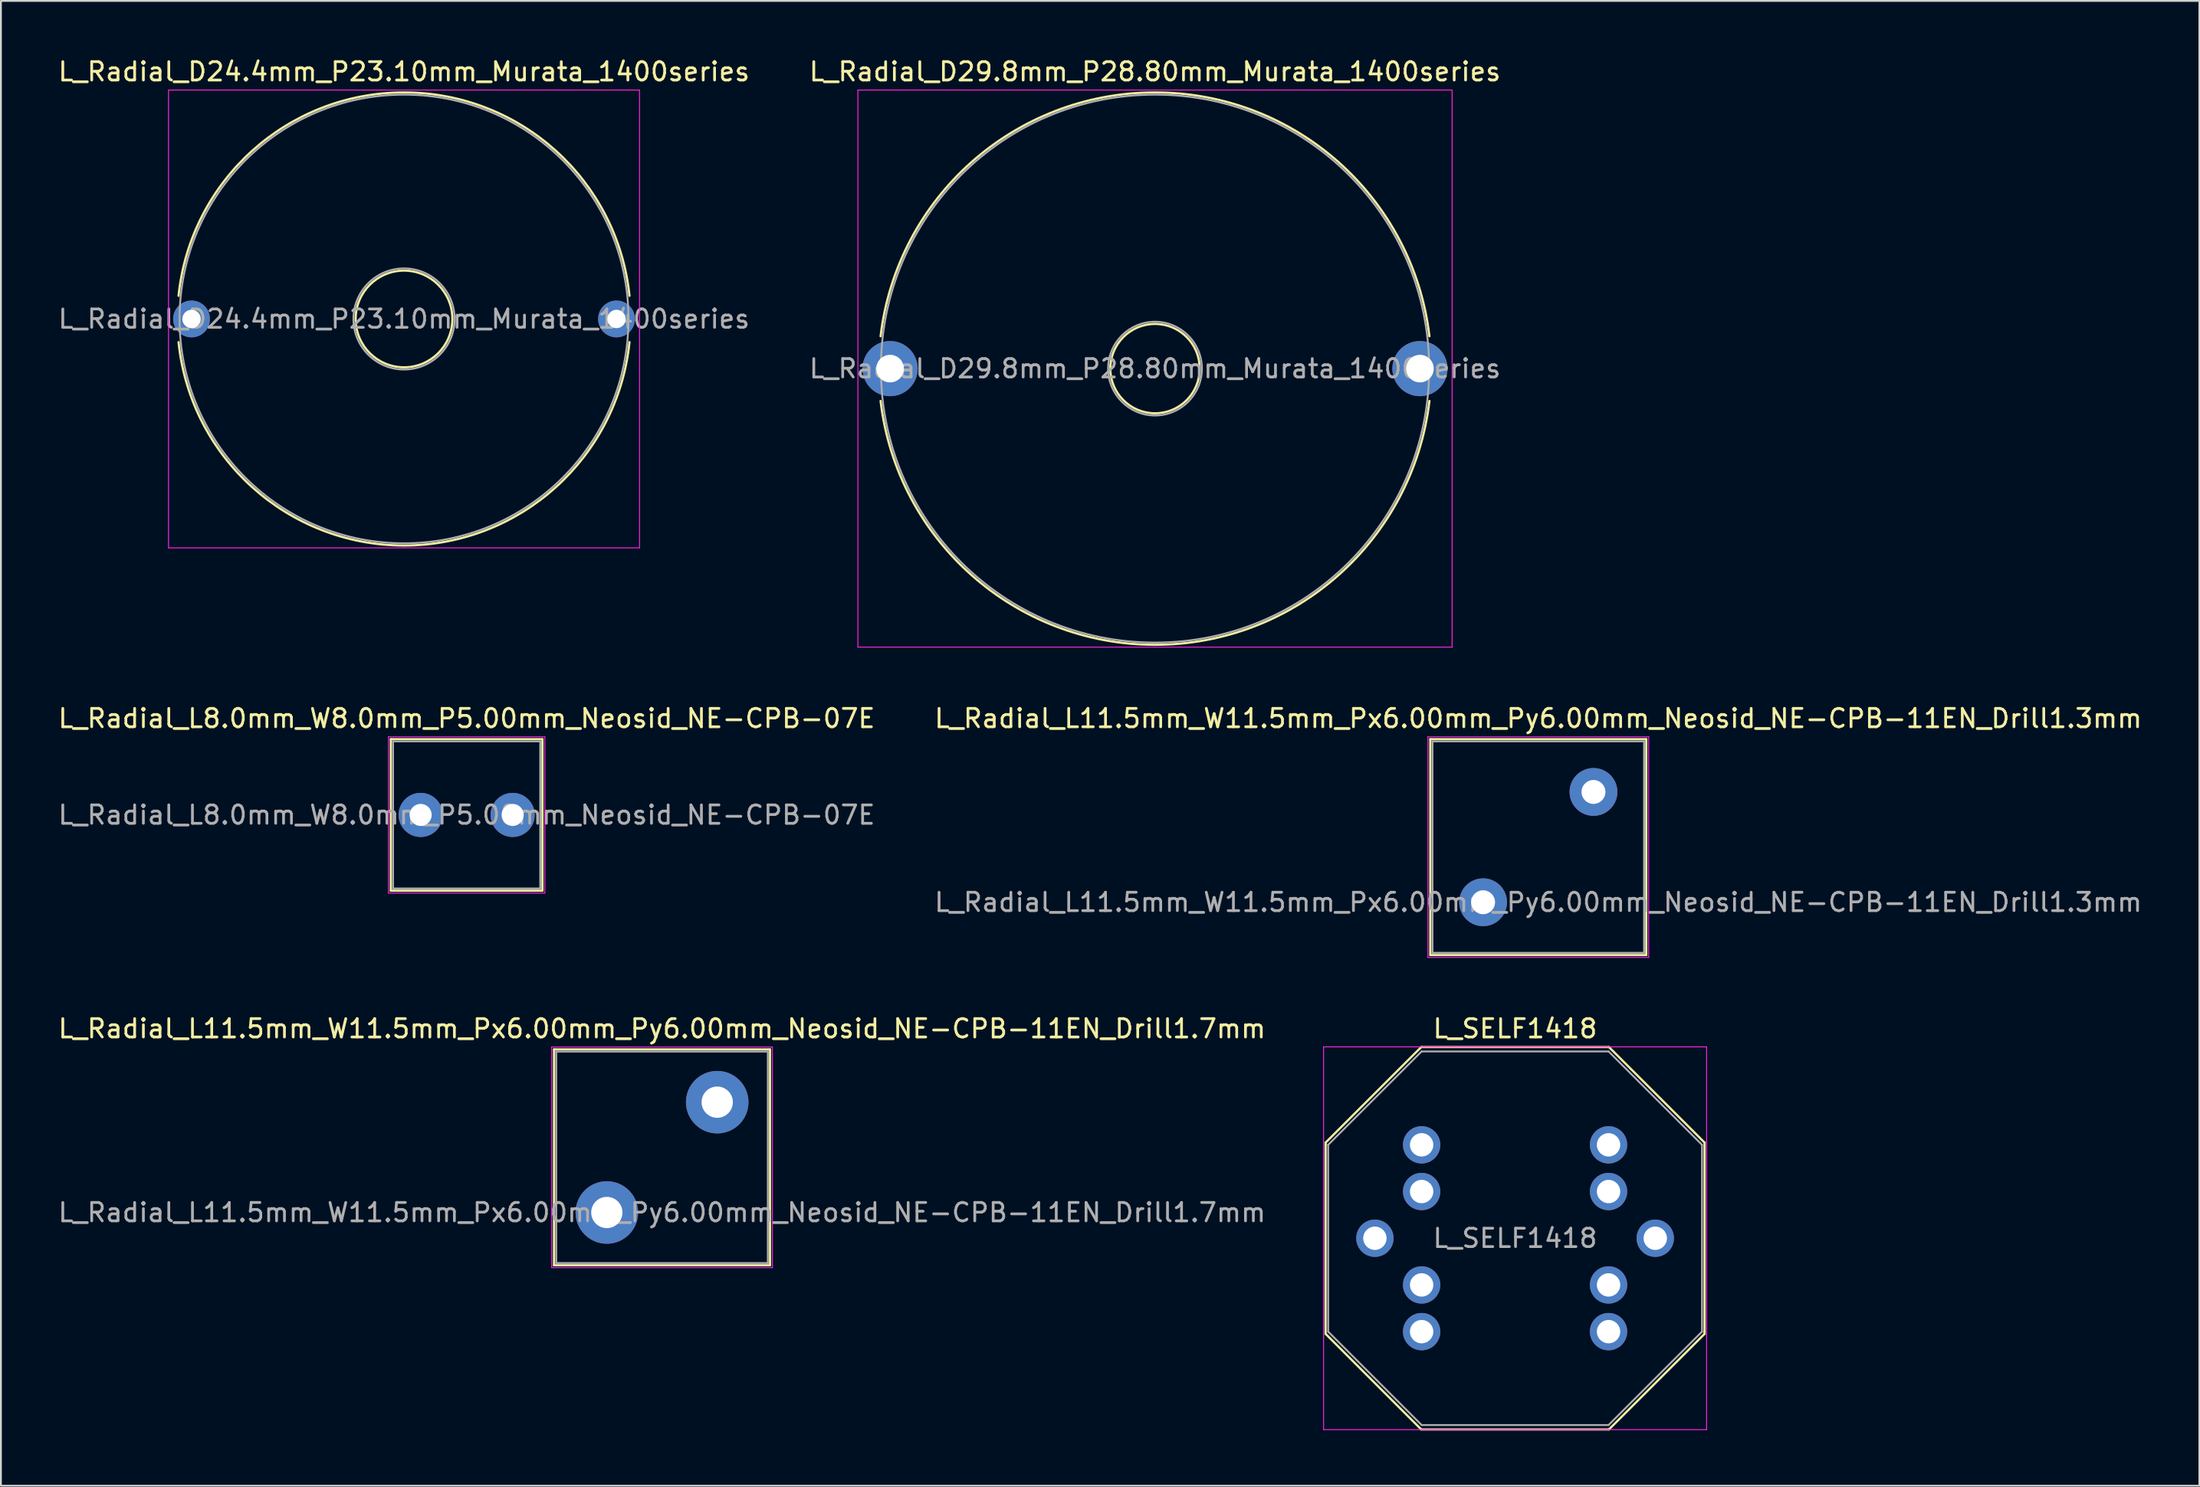
<source format=kicad_pcb>
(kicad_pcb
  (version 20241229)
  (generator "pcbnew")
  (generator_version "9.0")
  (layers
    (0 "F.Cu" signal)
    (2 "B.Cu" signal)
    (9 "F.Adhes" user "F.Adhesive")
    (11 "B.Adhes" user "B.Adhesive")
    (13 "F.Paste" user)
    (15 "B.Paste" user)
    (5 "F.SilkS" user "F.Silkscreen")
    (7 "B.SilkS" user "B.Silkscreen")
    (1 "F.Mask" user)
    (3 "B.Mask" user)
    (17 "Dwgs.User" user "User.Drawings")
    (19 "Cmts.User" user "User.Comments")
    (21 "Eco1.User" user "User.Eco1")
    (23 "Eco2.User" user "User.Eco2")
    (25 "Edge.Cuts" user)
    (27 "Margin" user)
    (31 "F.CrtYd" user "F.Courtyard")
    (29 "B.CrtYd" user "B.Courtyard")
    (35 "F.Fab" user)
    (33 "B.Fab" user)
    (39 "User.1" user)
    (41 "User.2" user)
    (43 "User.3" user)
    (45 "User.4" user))
  (footprint "L_Radial_L11.5mm_W11.5mm_Px6.00mm_Py6.00mm_Neosid_NE-CPB-11EN_Drill1.7mm"
    (layer "F.Cu")
    (at 29.935 62.895)
    (property "Reference" "L_Radial_L11.5mm_W11.5mm_Px6.00mm_Py6.00mm_Neosid_NE-CPB-11EN_Drill1.7mm" (at 3 -10 0) (layer "F.SilkS") (effects (font (size 1 1) (thickness 0.15))))
    (attr through_hole)
    (fp_line (start -2.87 -8.87) (end -2.87 2.87) (stroke (width 0.12) (type solid)) (layer "F.SilkS"))
    (fp_line (start -2.87 -8.87) (end 8.87 -8.87) (stroke (width 0.12) (type solid)) (layer "F.SilkS"))
    (fp_line (start -2.87 2.87) (end 8.87 2.87) (stroke (width 0.12) (type solid)) (layer "F.SilkS"))
    (fp_line (start 8.87 -8.87) (end 8.87 2.87) (stroke (width 0.12) (type solid)) (layer "F.SilkS"))
    (fp_line (start -3 -9) (end -3 3) (stroke (width 0.05) (type solid)) (layer "F.CrtYd"))
    (fp_line (start -3 3) (end 9 3) (stroke (width 0.05) (type solid)) (layer "F.CrtYd"))
    (fp_line (start 9 -9) (end -3 -9) (stroke (width 0.05) (type solid)) (layer "F.CrtYd"))
    (fp_line (start 9 3) (end 9 -9) (stroke (width 0.05) (type solid)) (layer "F.CrtYd"))
    (fp_line (start -2.75 -8.75) (end -2.75 2.75) (stroke (width 0.1) (type solid)) (layer "F.Fab"))
    (fp_line (start -2.75 2.75) (end 8.75 2.75) (stroke (width 0.1) (type solid)) (layer "F.Fab"))
    (fp_line (start 8.75 -8.75) (end -2.75 -8.75) (stroke (width 0.1) (type solid)) (layer "F.Fab"))
    (fp_line (start 8.75 2.75) (end 8.75 -8.75) (stroke (width 0.1) (type solid)) (layer "F.Fab"))
    (fp_text user "${REFERENCE}" (at 3 0 0) (layer "F.Fab") (effects (font (size 1 1) (thickness 0.15))))
    (pad "1" thru_hole circle (at 0 0) (size 3.4 3.4) (drill 1.7) (layers "*.Cu" "*.Mask"))
    (pad "2" thru_hole circle (at 6 -6) (size 3.4 3.4) (drill 1.7) (layers "*.Cu" "*.Mask")))
  (footprint "L_Radial_L11.5mm_W11.5mm_Px6.00mm_Py6.00mm_Neosid_NE-CPB-11EN_Drill1.3mm"
    (layer "F.Cu")
    (at 77.565 46.022)
    (property "Reference" "L_Radial_L11.5mm_W11.5mm_Px6.00mm_Py6.00mm_Neosid_NE-CPB-11EN_Drill1.3mm" (at 3 -10 0) (layer "F.SilkS") (effects (font (size 1 1) (thickness 0.15))))
    (attr through_hole)
    (fp_line (start -2.87 -8.87) (end -2.87 2.87) (stroke (width 0.12) (type solid)) (layer "F.SilkS"))
    (fp_line (start -2.87 -8.87) (end 8.87 -8.87) (stroke (width 0.12) (type solid)) (layer "F.SilkS"))
    (fp_line (start -2.87 2.87) (end 8.87 2.87) (stroke (width 0.12) (type solid)) (layer "F.SilkS"))
    (fp_line (start 8.87 -8.87) (end 8.87 2.87) (stroke (width 0.12) (type solid)) (layer "F.SilkS"))
    (fp_line (start -3 -9) (end -3 3) (stroke (width 0.05) (type solid)) (layer "F.CrtYd"))
    (fp_line (start -3 3) (end 9 3) (stroke (width 0.05) (type solid)) (layer "F.CrtYd"))
    (fp_line (start 9 -9) (end -3 -9) (stroke (width 0.05) (type solid)) (layer "F.CrtYd"))
    (fp_line (start 9 3) (end 9 -9) (stroke (width 0.05) (type solid)) (layer "F.CrtYd"))
    (fp_line (start -2.75 -8.75) (end -2.75 2.75) (stroke (width 0.1) (type solid)) (layer "F.Fab"))
    (fp_line (start -2.75 2.75) (end 8.75 2.75) (stroke (width 0.1) (type solid)) (layer "F.Fab"))
    (fp_line (start 8.75 -8.75) (end -2.75 -8.75) (stroke (width 0.1) (type solid)) (layer "F.Fab"))
    (fp_line (start 8.75 2.75) (end 8.75 -8.75) (stroke (width 0.1) (type solid)) (layer "F.Fab"))
    (fp_text user "${REFERENCE}" (at 3 0 0) (layer "F.Fab") (effects (font (size 1 1) (thickness 0.15))))
    (pad "1" thru_hole circle (at 0 0) (size 2.6 2.6) (drill 1.3) (layers "*.Cu" "*.Mask"))
    (pad "2" thru_hole circle (at 6 -6) (size 2.6 2.6) (drill 1.3) (layers "*.Cu" "*.Mask")))
  (footprint "L_Radial_D29.8mm_P28.80mm_Murata_1400series"
    (layer "F.Cu")
    (at 45.332 16.998)
    (property "Reference" "L_Radial_D29.8mm_P28.80mm_Murata_1400series" (at 14.4 -16.15 0) (layer "F.SilkS") (effects (font (size 1 1) (thickness 0.15))))
    (attr through_hole)
    (fp_arc (start -0.516528 -1.76) (mid 14.4 -15.02) (end 29.316528 -1.76) (stroke (width 0.12) (type solid)) (layer "F.SilkS"))
    (fp_arc (start 29.316528 1.76) (mid 14.4 15.02) (end -0.516528 1.76) (stroke (width 0.12) (type solid)) (layer "F.SilkS"))
    (fp_circle (center 14.4 0) (end 16.83 0) (stroke (width 0.12) (type solid)) (fill no) (layer "F.SilkS"))
    (fp_line (start -1.75 -15.15) (end -1.75 15.15) (stroke (width 0.05) (type solid)) (layer "F.CrtYd"))
    (fp_line (start -1.75 15.15) (end 30.55 15.15) (stroke (width 0.05) (type solid)) (layer "F.CrtYd"))
    (fp_line (start 30.55 -15.15) (end -1.75 -15.15) (stroke (width 0.05) (type solid)) (layer "F.CrtYd"))
    (fp_line (start 30.55 15.15) (end 30.55 -15.15) (stroke (width 0.05) (type solid)) (layer "F.CrtYd"))
    (fp_circle (center 14.4 0) (end 16.95 0) (stroke (width 0.1) (type solid)) (fill no) (layer "F.Fab"))
    (fp_circle (center 14.4 0) (end 29.3 0) (stroke (width 0.1) (type solid)) (fill no) (layer "F.Fab"))
    (fp_text user "${REFERENCE}" (at 14.4 0 0) (layer "F.Fab") (effects (font (size 1 1) (thickness 0.15))))
    (pad "1" thru_hole circle (at 0 0) (size 3 3) (drill 1.5) (layers "*.Cu" "*.Mask"))
    (pad "2" thru_hole circle (at 28.8 0) (size 3 3) (drill 1.5) (layers "*.Cu" "*.Mask")))
  (footprint "L_Radial_L8.0mm_W8.0mm_P5.00mm_Neosid_NE-CPB-07E"
    (layer "F.Cu")
    (at 19.815 41.272)
    (property "Reference" "L_Radial_L8.0mm_W8.0mm_P5.00mm_Neosid_NE-CPB-07E" (at 2.5 -5.25 0) (layer "F.SilkS") (effects (font (size 1 1) (thickness 0.15))))
    (attr through_hole)
    (fp_line (start -1.62 -4.12) (end -1.62 4.12) (stroke (width 0.12) (type solid)) (layer "F.SilkS"))
    (fp_line (start -1.62 -4.12) (end 6.62 -4.12) (stroke (width 0.12) (type solid)) (layer "F.SilkS"))
    (fp_line (start -1.62 4.12) (end 6.62 4.12) (stroke (width 0.12) (type solid)) (layer "F.SilkS"))
    (fp_line (start 6.62 -4.12) (end 6.62 4.12) (stroke (width 0.12) (type solid)) (layer "F.SilkS"))
    (fp_line (start -1.75 -4.25) (end -1.75 4.25) (stroke (width 0.05) (type solid)) (layer "F.CrtYd"))
    (fp_line (start -1.75 4.25) (end 6.75 4.25) (stroke (width 0.05) (type solid)) (layer "F.CrtYd"))
    (fp_line (start 6.75 -4.25) (end -1.75 -4.25) (stroke (width 0.05) (type solid)) (layer "F.CrtYd"))
    (fp_line (start 6.75 4.25) (end 6.75 -4.25) (stroke (width 0.05) (type solid)) (layer "F.CrtYd"))
    (fp_line (start -1.5 -4) (end -1.5 4) (stroke (width 0.1) (type solid)) (layer "F.Fab"))
    (fp_line (start -1.5 4) (end 6.5 4) (stroke (width 0.1) (type solid)) (layer "F.Fab"))
    (fp_line (start 6.5 -4) (end -1.5 -4) (stroke (width 0.1) (type solid)) (layer "F.Fab"))
    (fp_line (start 6.5 4) (end 6.5 -4) (stroke (width 0.1) (type solid)) (layer "F.Fab"))
    (fp_text user "${REFERENCE}" (at 2.5 0 0) (layer "F.Fab") (effects (font (size 1 1) (thickness 0.15))))
    (pad "1" thru_hole circle (at 0 0) (size 2.4 2.4) (drill 1.2) (layers "*.Cu" "*.Mask"))
    (pad "2" thru_hole circle (at 5 0) (size 2.4 2.4) (drill 1.2) (layers "*.Cu" "*.Mask")))
  (footprint "L_Radial_D24.4mm_P23.10mm_Murata_1400series"
    (layer "F.Cu")
    (at 7.361 14.298)
    (property "Reference" "L_Radial_D24.4mm_P23.10mm_Murata_1400series" (at 11.55 -13.45 0) (layer "F.SilkS") (effects (font (size 1 1) (thickness 0.15))))
    (attr through_hole)
    (fp_arc (start -0.705399 -1.26) (mid 11.55 -12.32) (end 23.805399 -1.26) (stroke (width 0.12) (type solid)) (layer "F.SilkS"))
    (fp_arc (start 23.805399 1.26) (mid 11.55 12.32) (end -0.705399 1.26) (stroke (width 0.12) (type solid)) (layer "F.SilkS"))
    (fp_circle (center 11.55 0) (end 14.18 0) (stroke (width 0.12) (type solid)) (fill no) (layer "F.SilkS"))
    (fp_line (start -1.25 -12.45) (end -1.25 12.45) (stroke (width 0.05) (type solid)) (layer "F.CrtYd"))
    (fp_line (start -1.25 12.45) (end 24.35 12.45) (stroke (width 0.05) (type solid)) (layer "F.CrtYd"))
    (fp_line (start 24.35 -12.45) (end -1.25 -12.45) (stroke (width 0.05) (type solid)) (layer "F.CrtYd"))
    (fp_line (start 24.35 12.45) (end 24.35 -12.45) (stroke (width 0.05) (type solid)) (layer "F.CrtYd"))
    (fp_circle (center 11.55 0) (end 14.3 0) (stroke (width 0.1) (type solid)) (fill no) (layer "F.Fab"))
    (fp_circle (center 11.55 0) (end 23.75 0) (stroke (width 0.1) (type solid)) (fill no) (layer "F.Fab"))
    (fp_text user "${REFERENCE}" (at 11.55 0 0) (layer "F.Fab") (effects (font (size 1 1) (thickness 0.15))))
    (pad "1" thru_hole circle (at 0 0) (size 2 2) (drill 1) (layers "*.Cu" "*.Mask"))
    (pad "2" thru_hole circle (at 23.1 0) (size 2 2) (drill 1) (layers "*.Cu" "*.Mask")))
  (footprint "L_SELF1418"
    (layer "F.Cu")
    (at 74.224 59.215)
    (property "Reference" "L_SELF1418" (at 5.08 -6.32 0) (layer "F.SilkS") (effects (font (size 1 1) (thickness 0.15))))
    (attr through_hole)
    (fp_line (start -5.22 -0.12) (end -0.02 -5.32) (stroke (width 0.12) (type solid)) (layer "F.SilkS"))
    (fp_line (start -5.22 -0.02) (end -5.22 -0.12) (stroke (width 0.12) (type solid)) (layer "F.SilkS"))
    (fp_line (start -5.22 10.28) (end -5.22 -0.02) (stroke (width 0.12) (type solid)) (layer "F.SilkS"))
    (fp_line (start -0.02 -5.32) (end 10.18 -5.32) (stroke (width 0.12) (type solid)) (layer "F.SilkS"))
    (fp_line (start -0.02 15.48) (end -5.22 10.28) (stroke (width 0.12) (type solid)) (layer "F.SilkS"))
    (fp_line (start 10.18 -5.32) (end 15.38 -0.12) (stroke (width 0.12) (type solid)) (layer "F.SilkS"))
    (fp_line (start 10.18 15.48) (end -0.02 15.48) (stroke (width 0.12) (type solid)) (layer "F.SilkS"))
    (fp_line (start 15.38 -0.12) (end 15.38 10.18) (stroke (width 0.12) (type solid)) (layer "F.SilkS"))
    (fp_line (start 15.38 10.18) (end 15.38 10.28) (stroke (width 0.12) (type solid)) (layer "F.SilkS"))
    (fp_line (start 15.38 10.28) (end 10.18 15.48) (stroke (width 0.12) (type solid)) (layer "F.SilkS"))
    (fp_line (start -5.33 -5.33) (end -5.33 15.49) (stroke (width 0.05) (type solid)) (layer "F.CrtYd"))
    (fp_line (start -5.33 -5.33) (end 15.49 -5.33) (stroke (width 0.05) (type solid)) (layer "F.CrtYd"))
    (fp_line (start 15.49 15.49) (end -5.33 15.49) (stroke (width 0.05) (type solid)) (layer "F.CrtYd"))
    (fp_line (start 15.49 15.49) (end 15.49 -5.33) (stroke (width 0.05) (type solid)) (layer "F.CrtYd"))
    (fp_line (start -5.08 0) (end -5.08 10.16) (stroke (width 0.1) (type solid)) (layer "F.Fab"))
    (fp_line (start -5.08 10.16) (end 0 15.24) (stroke (width 0.1) (type solid)) (layer "F.Fab"))
    (fp_line (start 0 -5.08) (end -5.08 0) (stroke (width 0.1) (type solid)) (layer "F.Fab"))
    (fp_line (start 0 15.24) (end 10.16 15.24) (stroke (width 0.1) (type solid)) (layer "F.Fab"))
    (fp_line (start 10.16 -5.08) (end 0 -5.08) (stroke (width 0.1) (type solid)) (layer "F.Fab"))
    (fp_line (start 10.16 15.24) (end 15.24 10.16) (stroke (width 0.1) (type solid)) (layer "F.Fab"))
    (fp_line (start 15.24 0) (end 10.16 -5.08) (stroke (width 0.1) (type solid)) (layer "F.Fab"))
    (fp_line (start 15.24 10.16) (end 15.24 0) (stroke (width 0.1) (type solid)) (layer "F.Fab"))
    (fp_text user "${REFERENCE}" (at 5.08 5.08 0) (layer "F.Fab") (effects (font (size 1 1) (thickness 0.15))))
    (pad "" thru_hole circle (at -2.54 5.08) (size 2.03 2.03) (drill 1.27) (layers "*.Cu" "*.Mask"))
    (pad "" thru_hole circle (at 12.7 5.08) (size 2.03 2.03) (drill 1.27) (layers "*.Cu" "*.Mask"))
    (pad "1" thru_hole circle (at 0 0) (size 2.03 2.03) (drill 1.27) (layers "*.Cu" "*.Mask"))
    (pad "1" thru_hole circle (at 0 2.54) (size 2.03 2.03) (drill 1.27) (layers "*.Cu" "*.Mask"))
    (pad "2" thru_hole circle (at 10.16 0) (size 2.03 2.03) (drill 1.27) (layers "*.Cu" "*.Mask"))
    (pad "2" thru_hole circle (at 10.16 2.54) (size 2.03 2.03) (drill 1.27) (layers "*.Cu" "*.Mask"))
    (pad "3" thru_hole circle (at 10.16 7.62) (size 2.03 2.03) (drill 1.27) (layers "*.Cu" "*.Mask"))
    (pad "3" thru_hole circle (at 10.16 10.16) (size 2.03 2.03) (drill 1.27) (layers "*.Cu" "*.Mask"))
    (pad "4" thru_hole circle (at 0 7.62) (size 2.03 2.03) (drill 1.27) (layers "*.Cu" "*.Mask"))
    (pad "4" thru_hole circle (at 0 10.16) (size 2.03 2.03) (drill 1.27) (layers "*.Cu" "*.Mask")))
  (gr_rect
    (start -3 -3)
    (end 116.5 77.755)
    (stroke (width 0.1) (type default))
    (fill no)
    (layer "Edge.Cuts")))
</source>
